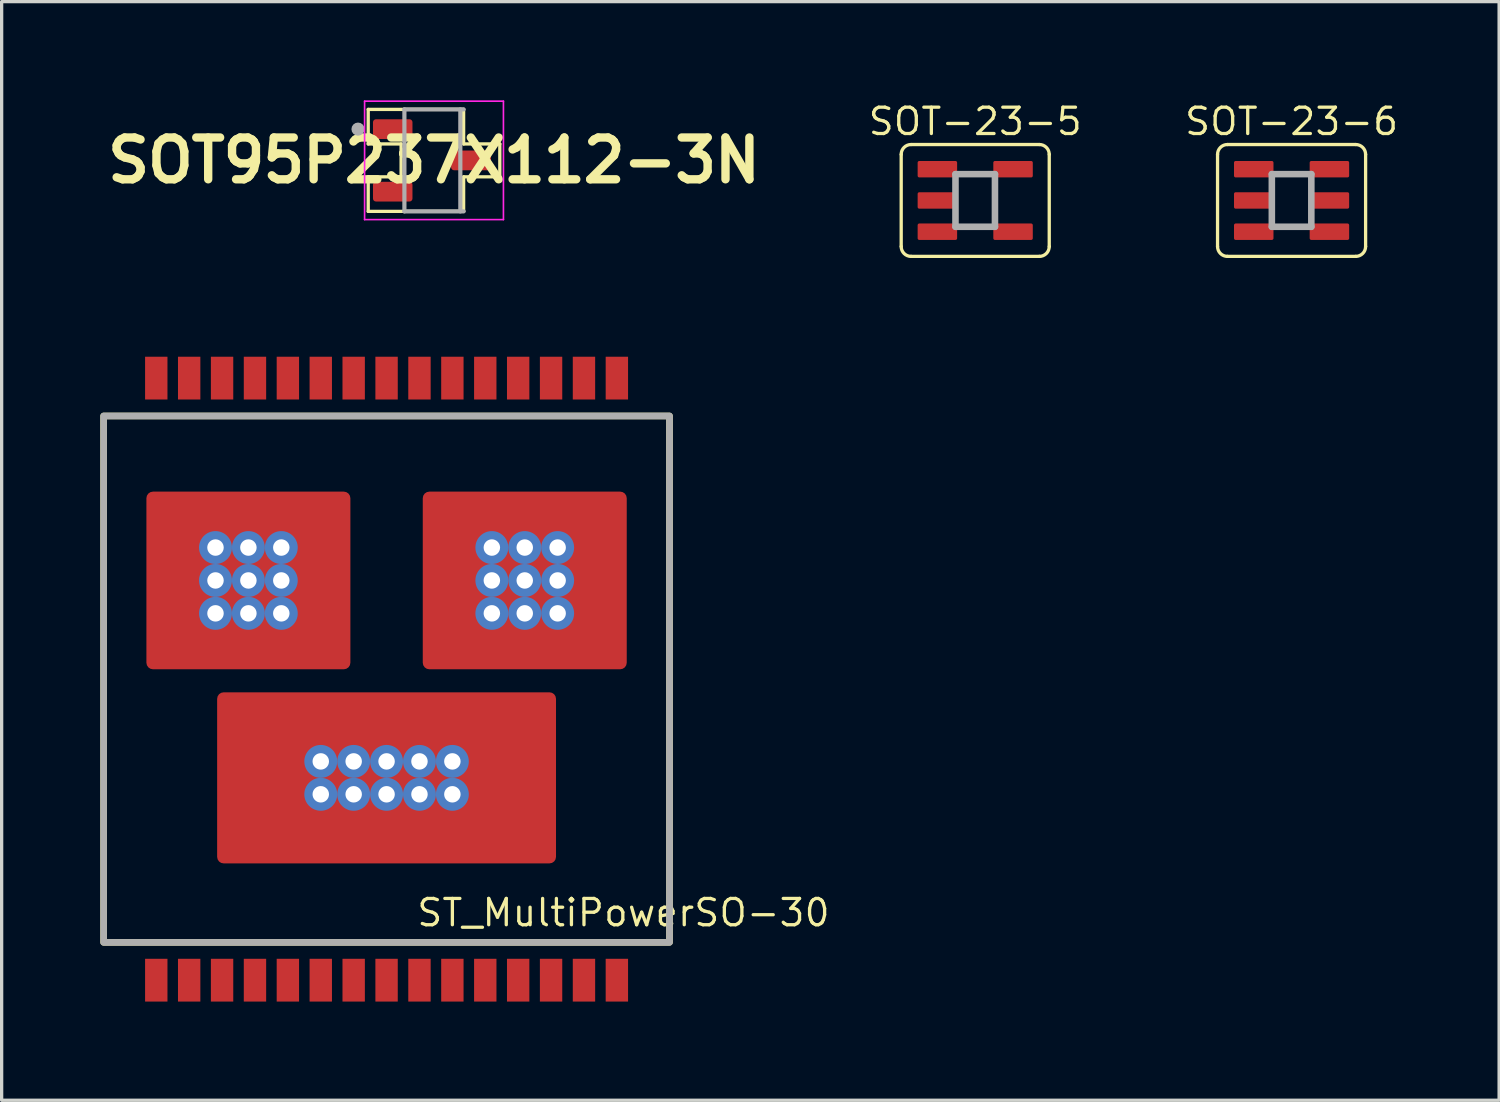
<source format=kicad_pcb>
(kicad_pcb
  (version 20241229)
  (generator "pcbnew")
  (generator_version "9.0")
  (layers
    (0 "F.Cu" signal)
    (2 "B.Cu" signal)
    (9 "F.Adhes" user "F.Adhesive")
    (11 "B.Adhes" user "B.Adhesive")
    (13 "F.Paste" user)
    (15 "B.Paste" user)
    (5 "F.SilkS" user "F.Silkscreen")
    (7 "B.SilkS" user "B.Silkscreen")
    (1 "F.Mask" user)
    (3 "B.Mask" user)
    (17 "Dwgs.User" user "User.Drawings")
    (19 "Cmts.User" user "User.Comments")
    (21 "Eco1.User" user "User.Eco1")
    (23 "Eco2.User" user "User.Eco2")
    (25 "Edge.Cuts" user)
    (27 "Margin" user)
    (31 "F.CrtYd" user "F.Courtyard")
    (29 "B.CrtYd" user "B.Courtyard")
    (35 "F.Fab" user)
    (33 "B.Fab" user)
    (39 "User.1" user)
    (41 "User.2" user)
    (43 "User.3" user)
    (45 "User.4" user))
  (footprint "SOT-23-6"
    (layer "F.Cu")
    (at 36.208 3.043)
    (property "Reference" "SOT-23-6" (at 0 -2.4 0) (layer "F.SilkS") (effects (font (size 0.8 0.8) (thickness 0.1))))
    (attr smd)
    (fp_line (start -2.25 -1.4) (end -2.25 1.4) (stroke (width 0.1) (type default)) (layer "F.SilkS"))
    (fp_line (start -1.95 -1.7) (end 1.95 -1.7) (stroke (width 0.1) (type default)) (layer "F.SilkS"))
    (fp_line (start 1.95 1.7) (end -1.95 1.7) (stroke (width 0.1) (type default)) (layer "F.SilkS"))
    (fp_line (start 2.25 -1.4) (end 2.25 1.4) (stroke (width 0.1) (type default)) (layer "F.SilkS"))
    (fp_arc (start -2.25 -1.4) (mid -2.162132 -1.612132) (end -1.95 -1.7) (stroke (width 0.1) (type default)) (layer "F.SilkS"))
    (fp_arc (start -1.95 1.7) (mid -2.162132 1.612132) (end -2.25 1.4) (stroke (width 0.1) (type default)) (layer "F.SilkS"))
    (fp_arc (start 1.95 -1.7) (mid 2.162132 -1.612132) (end 2.25 -1.4) (stroke (width 0.1) (type default)) (layer "F.SilkS"))
    (fp_arc (start 2.25 1.4) (mid 2.162132 1.612132) (end 1.95 1.7) (stroke (width 0.1) (type default)) (layer "F.SilkS"))
    (fp_line (start -0.6 -0.8) (end 0.6 -0.8) (stroke (width 0.2) (type solid)) (layer "F.Fab"))
    (fp_line (start -0.6 0.8) (end -0.6 -0.8) (stroke (width 0.2) (type solid)) (layer "F.Fab"))
    (fp_line (start 0.6 -0.8) (end 0.6 0.8) (stroke (width 0.2) (type solid)) (layer "F.Fab"))
    (fp_line (start 0.6 0.8) (end -0.6 0.8) (stroke (width 0.2) (type solid)) (layer "F.Fab"))
    (pad "1" smd roundrect (at -1.15 -0.95 270) (size 0.5 1.2) (layers "F.Cu" "F.Mask" "F.Paste") (roundrect_rratio 0.1))
    (pad "2" smd roundrect (at -1.15 0 270) (size 0.5 1.2) (layers "F.Cu" "F.Mask" "F.Paste") (roundrect_rratio 0.1))
    (pad "3" smd roundrect (at -1.15 0.95 270) (size 0.5 1.2) (layers "F.Cu" "F.Mask" "F.Paste") (roundrect_rratio 0.1))
    (pad "4" smd roundrect (at 1.15 0.95 270) (size 0.5 1.2) (layers "F.Cu" "F.Mask" "F.Paste") (roundrect_rratio 0.1))
    (pad "5" smd roundrect (at 1.15 0 270) (size 0.5 1.2) (layers "F.Cu" "F.Mask" "F.Paste") (roundrect_rratio 0.1))
    (pad "6" smd roundrect (at 1.15 -0.95 270) (size 0.5 1.2) (layers "F.Cu" "F.Mask" "F.Paste") (roundrect_rratio 0.1)))
  (footprint "SOT-23-5"
    (layer "F.Cu")
    (at 26.592 3.043)
    (property "Reference" "SOT-23-5" (at 0 -2.4 0) (layer "F.SilkS") (effects (font (size 0.8 0.8) (thickness 0.1))))
    (attr smd)
    (fp_line (start -2.25 -1.4) (end -2.25 1.4) (stroke (width 0.1) (type default)) (layer "F.SilkS"))
    (fp_line (start -1.95 -1.7) (end 1.95 -1.7) (stroke (width 0.1) (type default)) (layer "F.SilkS"))
    (fp_line (start 1.95 1.7) (end -1.95 1.7) (stroke (width 0.1) (type default)) (layer "F.SilkS"))
    (fp_line (start 2.25 -1.4) (end 2.25 1.4) (stroke (width 0.1) (type default)) (layer "F.SilkS"))
    (fp_arc (start -2.25 -1.4) (mid -2.162132 -1.612132) (end -1.95 -1.7) (stroke (width 0.1) (type default)) (layer "F.SilkS"))
    (fp_arc (start -1.95 1.7) (mid -2.162132 1.612132) (end -2.25 1.4) (stroke (width 0.1) (type default)) (layer "F.SilkS"))
    (fp_arc (start 1.95 -1.7) (mid 2.162132 -1.612132) (end 2.25 -1.4) (stroke (width 0.1) (type default)) (layer "F.SilkS"))
    (fp_arc (start 2.25 1.4) (mid 2.162132 1.612132) (end 1.95 1.7) (stroke (width 0.1) (type default)) (layer "F.SilkS"))
    (fp_line (start -0.6 -0.8) (end 0.6 -0.8) (stroke (width 0.2) (type solid)) (layer "F.Fab"))
    (fp_line (start -0.6 0.8) (end -0.6 -0.8) (stroke (width 0.2) (type solid)) (layer "F.Fab"))
    (fp_line (start 0.6 -0.8) (end 0.6 0.8) (stroke (width 0.2) (type solid)) (layer "F.Fab"))
    (fp_line (start 0.6 0.8) (end -0.6 0.8) (stroke (width 0.2) (type solid)) (layer "F.Fab"))
    (pad "1" smd roundrect (at -1.15 -0.95 270) (size 0.5 1.2) (layers "F.Cu" "F.Mask" "F.Paste") (roundrect_rratio 0.1))
    (pad "2" smd roundrect (at -1.15 0 270) (size 0.5 1.2) (layers "F.Cu" "F.Mask" "F.Paste") (roundrect_rratio 0.1))
    (pad "3" smd roundrect (at -1.15 0.95 270) (size 0.5 1.2) (layers "F.Cu" "F.Mask" "F.Paste") (roundrect_rratio 0.1))
    (pad "4" smd roundrect (at 1.15 0.95 270) (size 0.5 1.2) (layers "F.Cu" "F.Mask" "F.Paste") (roundrect_rratio 0.1))
    (pad "5" smd roundrect (at 1.15 -0.95 270) (size 0.5 1.2) (layers "F.Cu" "F.Mask" "F.Paste") (roundrect_rratio 0.1)))
  (footprint "ST_MultiPowerSO-30"
    (layer "F.Cu")
    (at 8.7 17.593)
    (property "Reference" "ST_MultiPowerSO-30" (at 7.2 7.1 0) (layer "F.SilkS") (effects (font (size 0.8 0.8) (thickness 0.1))))
    (attr smd)
    (fp_rect (start -8.6 -8) (end 8.6 8) (stroke (width 0.2) (type solid)) (fill no) (layer "F.SilkS"))
    (fp_rect (start -8.6 -8) (end 8.6 8) (stroke (width 0.2) (type solid)) (fill no) (layer "F.Fab"))
    (pad "1" smd rect (at -7 9.15) (size 0.68 1.3) (layers "F.Cu" "F.Mask" "F.Paste"))
    (pad "2" smd rect (at -6 9.15) (size 0.68 1.3) (layers "F.Cu" "F.Mask" "F.Paste"))
    (pad "3" smd rect (at -5 9.15) (size 0.68 1.3) (layers "F.Cu" "F.Mask" "F.Paste"))
    (pad "4" smd rect (at -4 9.15) (size 0.68 1.3) (layers "F.Cu" "F.Mask" "F.Paste"))
    (pad "5" smd rect (at -3 9.15) (size 0.68 1.3) (layers "F.Cu" "F.Mask" "F.Paste"))
    (pad "6" smd rect (at -2 9.15) (size 0.68 1.3) (layers "F.Cu" "F.Mask" "F.Paste"))
    (pad "7" smd rect (at -1 9.15) (size 0.68 1.3) (layers "F.Cu" "F.Mask" "F.Paste"))
    (pad "8" smd rect (at 0 9.15) (size 0.68 1.3) (layers "F.Cu" "F.Mask" "F.Paste"))
    (pad "9" smd rect (at 1 9.15) (size 0.68 1.3) (layers "F.Cu" "F.Mask" "F.Paste"))
    (pad "10" smd rect (at 2 9.15) (size 0.68 1.3) (layers "F.Cu" "F.Mask" "F.Paste"))
    (pad "11" smd rect (at 3 9.15) (size 0.68 1.3) (layers "F.Cu" "F.Mask" "F.Paste"))
    (pad "12" smd rect (at 4 9.15) (size 0.68 1.3) (layers "F.Cu" "F.Mask" "F.Paste"))
    (pad "13" smd rect (at 5 9.15) (size 0.68 1.3) (layers "F.Cu" "F.Mask" "F.Paste"))
    (pad "14" smd rect (at 6 9.15) (size 0.68 1.3) (layers "F.Cu" "F.Mask" "F.Paste"))
    (pad "15" smd rect (at 7 9.15) (size 0.68 1.3) (layers "F.Cu" "F.Mask" "F.Paste"))
    (pad "16" smd rect (at 7 -9.15) (size 0.68 1.3) (layers "F.Cu" "F.Mask" "F.Paste"))
    (pad "17" smd rect (at 6 -9.15) (size 0.68 1.3) (layers "F.Cu" "F.Mask" "F.Paste"))
    (pad "18" smd rect (at 5 -9.15) (size 0.68 1.3) (layers "F.Cu" "F.Mask" "F.Paste"))
    (pad "19" smd rect (at 4 -9.15) (size 0.68 1.3) (layers "F.Cu" "F.Mask" "F.Paste"))
    (pad "20" smd rect (at 3 -9.15) (size 0.68 1.3) (layers "F.Cu" "F.Mask" "F.Paste"))
    (pad "21" smd rect (at 2 -9.15) (size 0.68 1.3) (layers "F.Cu" "F.Mask" "F.Paste"))
    (pad "22" smd rect (at 1 -9.15) (size 0.68 1.3) (layers "F.Cu" "F.Mask" "F.Paste"))
    (pad "23" smd rect (at 0 -9.15) (size 0.68 1.3) (layers "F.Cu" "F.Mask" "F.Paste"))
    (pad "24" smd rect (at -1 -9.15) (size 0.68 1.3) (layers "F.Cu" "F.Mask" "F.Paste"))
    (pad "25" smd rect (at -2 -9.15) (size 0.68 1.3) (layers "F.Cu" "F.Mask" "F.Paste"))
    (pad "26" smd rect (at -3 -9.15) (size 0.68 1.3) (layers "F.Cu" "F.Mask" "F.Paste"))
    (pad "27" smd rect (at -4 -9.15) (size 0.68 1.3) (layers "F.Cu" "F.Mask" "F.Paste"))
    (pad "28" smd rect (at -5 -9.15) (size 0.68 1.3) (layers "F.Cu" "F.Mask" "F.Paste"))
    (pad "29" smd rect (at -6 -9.15) (size 0.68 1.3) (layers "F.Cu" "F.Mask" "F.Paste"))
    (pad "30" smd rect (at -7 -9.15) (size 0.68 1.3) (layers "F.Cu" "F.Mask" "F.Paste"))
    (pad "31" thru_hole circle (at -5.2 -4 90) (size 1 1) (drill 0.5) (layers "*.Cu" "*.Mask"))
    (pad "31" thru_hole circle (at -5.2 -3 90) (size 1 1) (drill 0.5) (layers "*.Cu" "*.Mask"))
    (pad "31" thru_hole circle (at -5.2 -2 90) (size 1 1) (drill 0.5) (layers "*.Cu" "*.Mask"))
    (pad "31" thru_hole circle (at -4.2 -4 90) (size 1 1) (drill 0.5) (layers "*.Cu" "*.Mask"))
    (pad "31" thru_hole circle (at -4.2 -3 90) (size 1 1) (drill 0.5) (layers "*.Cu" "*.Mask"))
    (pad "31" smd roundrect (at -4.2 -3 90) (size 5.4 6.2) (layers "F.Cu" "F.Mask" "F.Paste") (roundrect_rratio 0.037))
    (pad "31" thru_hole circle (at -4.2 -2 90) (size 1 1) (drill 0.5) (layers "*.Cu" "*.Mask"))
    (pad "31" thru_hole circle (at -3.2 -4 90) (size 1 1) (drill 0.5) (layers "*.Cu" "*.Mask"))
    (pad "31" thru_hole circle (at -3.2 -3 90) (size 1 1) (drill 0.5) (layers "*.Cu" "*.Mask"))
    (pad "31" thru_hole circle (at -3.2 -2 90) (size 1 1) (drill 0.5) (layers "*.Cu" "*.Mask"))
    (pad "32" thru_hole circle (at 3.2 -4 90) (size 1 1) (drill 0.5) (layers "*.Cu" "*.Mask"))
    (pad "32" thru_hole circle (at 3.2 -3 90) (size 1 1) (drill 0.5) (layers "*.Cu" "*.Mask"))
    (pad "32" thru_hole circle (at 3.2 -2 90) (size 1 1) (drill 0.5) (layers "*.Cu" "*.Mask"))
    (pad "32" thru_hole circle (at 4.2 -4 90) (size 1 1) (drill 0.5) (layers "*.Cu" "*.Mask"))
    (pad "32" thru_hole circle (at 4.2 -3 90) (size 1 1) (drill 0.5) (layers "*.Cu" "*.Mask"))
    (pad "32" smd roundrect (at 4.2 -3 90) (size 5.4 6.2) (layers "F.Cu" "F.Mask" "F.Paste") (roundrect_rratio 0.037))
    (pad "32" thru_hole circle (at 4.2 -2 90) (size 1 1) (drill 0.5) (layers "*.Cu" "*.Mask"))
    (pad "32" thru_hole circle (at 5.2 -4 90) (size 1 1) (drill 0.5) (layers "*.Cu" "*.Mask"))
    (pad "32" thru_hole circle (at 5.2 -3 90) (size 1 1) (drill 0.5) (layers "*.Cu" "*.Mask"))
    (pad "32" thru_hole circle (at 5.2 -2 90) (size 1 1) (drill 0.5) (layers "*.Cu" "*.Mask"))
    (pad "33" thru_hole circle (at -2 2.5 90) (size 1 1) (drill 0.5) (layers "*.Cu" "*.Mask"))
    (pad "33" thru_hole circle (at -2 3.5 90) (size 1 1) (drill 0.5) (layers "*.Cu" "*.Mask"))
    (pad "33" thru_hole circle (at -1 2.5 90) (size 1 1) (drill 0.5) (layers "*.Cu" "*.Mask"))
    (pad "33" thru_hole circle (at -1 3.5 90) (size 1 1) (drill 0.5) (layers "*.Cu" "*.Mask"))
    (pad "33" thru_hole circle (at 0 2.5 90) (size 1 1) (drill 0.5) (layers "*.Cu" "*.Mask"))
    (pad "33" smd roundrect (at 0 3 90) (size 5.2 10.3) (layers "F.Cu" "F.Mask" "F.Paste") (roundrect_rratio 0.038))
    (pad "33" thru_hole circle (at 0 3.5 90) (size 1 1) (drill 0.5) (layers "*.Cu" "*.Mask"))
    (pad "33" thru_hole circle (at 1 2.5 90) (size 1 1) (drill 0.5) (layers "*.Cu" "*.Mask"))
    (pad "33" thru_hole circle (at 1 3.5 90) (size 1 1) (drill 0.5) (layers "*.Cu" "*.Mask"))
    (pad "33" thru_hole circle (at 2 2.5 90) (size 1 1) (drill 0.5) (layers "*.Cu" "*.Mask"))
    (pad "33" thru_hole circle (at 2 3.5 90) (size 1 1) (drill 0.5) (layers "*.Cu" "*.Mask")))
  (footprint "SOT95P237X112-3N"
    (layer "F.Cu")
    (at 10.142 1.825)
    (property "Reference" "SOT95P237X112-3N" (at 0 0 0) (layer "F.SilkS") (effects (font (size 1.27 1.27) (thickness 0.254))))
    (attr smd)
    (fp_line (start -2 -1.55) (end -2 -0.5) (stroke (width 0.1) (type default)) (layer "F.SilkS"))
    (fp_line (start -2 0.5) (end -2 1.55) (stroke (width 0.1) (type default)) (layer "F.SilkS"))
    (fp_line (start -2 1.55) (end 0.9 1.55) (stroke (width 0.1) (type solid)) (layer "F.SilkS"))
    (fp_line (start -1 -0.5) (end -2 -0.5) (stroke (width 0.1) (type default)) (layer "F.SilkS"))
    (fp_line (start -1 0.5) (end -2 0.5) (stroke (width 0.1) (type default)) (layer "F.SilkS"))
    (fp_line (start -1 0.5) (end -1 -0.5) (stroke (width 0.1) (type default)) (layer "F.SilkS"))
    (fp_line (start 0.9 -1.55) (end -2 -1.55) (stroke (width 0.1) (type solid)) (layer "F.SilkS"))
    (fp_line (start 0.9 -1.55) (end 0.9 -0.5) (stroke (width 0.1) (type default)) (layer "F.SilkS"))
    (fp_line (start 0.9 -0.5) (end 2 -0.5) (stroke (width 0.1) (type default)) (layer "F.SilkS"))
    (fp_line (start 0.9 1.55) (end 0.9 0.5) (stroke (width 0.1) (type default)) (layer "F.SilkS"))
    (fp_line (start 2 -0.5) (end 2 0.5) (stroke (width 0.1) (type default)) (layer "F.SilkS"))
    (fp_line (start 2 0.5) (end 0.9 0.5) (stroke (width 0.1) (type default)) (layer "F.SilkS"))
    (fp_line (start -2.11 -1.8) (end 2.11 -1.8) (stroke (width 0.05) (type solid)) (layer "F.CrtYd"))
    (fp_line (start -2.11 1.8) (end -2.11 -1.8) (stroke (width 0.05) (type solid)) (layer "F.CrtYd"))
    (fp_line (start 2.11 -1.8) (end 2.11 1.8) (stroke (width 0.05) (type solid)) (layer "F.CrtYd"))
    (fp_line (start 2.11 1.8) (end -2.11 1.8) (stroke (width 0.05) (type solid)) (layer "F.CrtYd"))
    (fp_line (start -0.9 -1.55) (end -0.9 1.55) (stroke (width 0.127) (type solid)) (layer "F.Fab"))
    (fp_line (start -0.9 1.55) (end 0.9 1.55) (stroke (width 0.127) (type solid)) (layer "F.Fab"))
    (fp_line (start 0.8 1.55) (end 0.8 -1.55) (stroke (width 0.127) (type solid)) (layer "F.Fab"))
    (fp_line (start 0.9 -1.55) (end -0.9 -1.55) (stroke (width 0.127) (type solid)) (layer "F.Fab"))
    (fp_circle (center -2.31 -0.95) (end -2.21 -0.95) (stroke (width 0.2) (type solid)) (fill no) (layer "F.Fab"))
    (pad "1" smd roundrect (at -1.255 -0.95) (size 1.2 0.6) (layers "F.Cu" "F.Mask" "F.Paste") (roundrect_rratio 0.15))
    (pad "2" smd roundrect (at -1.255 0.95) (size 1.2 0.6) (layers "F.Cu" "F.Mask" "F.Paste") (roundrect_rratio 0.15))
    (pad "3" smd roundrect (at 1.125 0) (size 1.21 0.6) (layers "F.Cu" "F.Mask" "F.Paste") (roundrect_rratio 0.15)))
  (gr_rect
    (start -3 -3)
    (end 42.516 30.393)
    (stroke (width 0.1) (type default))
    (fill no)
    (layer "Edge.Cuts")))
</source>
